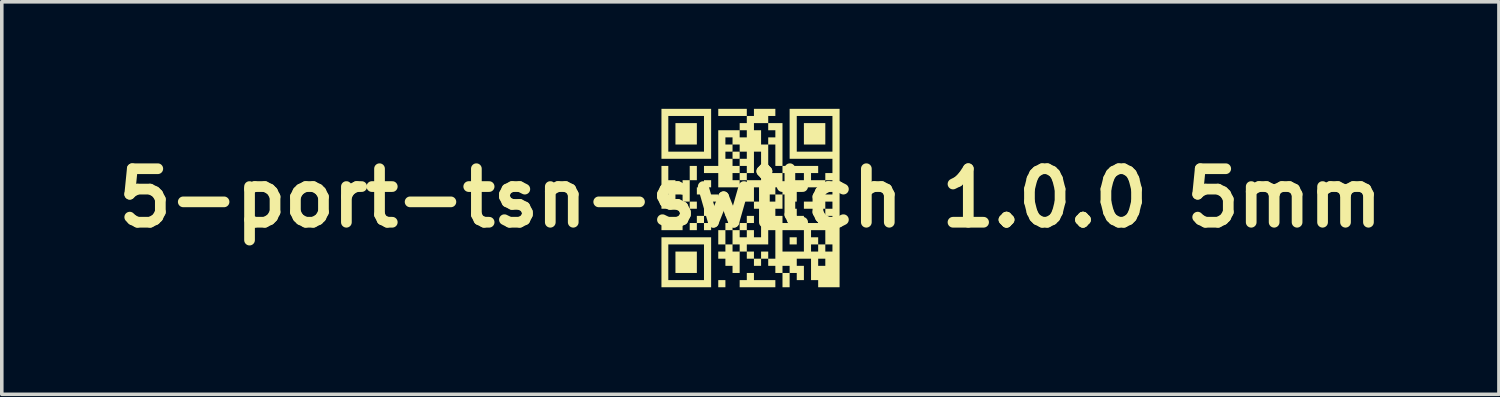
<source format=kicad_pcb>
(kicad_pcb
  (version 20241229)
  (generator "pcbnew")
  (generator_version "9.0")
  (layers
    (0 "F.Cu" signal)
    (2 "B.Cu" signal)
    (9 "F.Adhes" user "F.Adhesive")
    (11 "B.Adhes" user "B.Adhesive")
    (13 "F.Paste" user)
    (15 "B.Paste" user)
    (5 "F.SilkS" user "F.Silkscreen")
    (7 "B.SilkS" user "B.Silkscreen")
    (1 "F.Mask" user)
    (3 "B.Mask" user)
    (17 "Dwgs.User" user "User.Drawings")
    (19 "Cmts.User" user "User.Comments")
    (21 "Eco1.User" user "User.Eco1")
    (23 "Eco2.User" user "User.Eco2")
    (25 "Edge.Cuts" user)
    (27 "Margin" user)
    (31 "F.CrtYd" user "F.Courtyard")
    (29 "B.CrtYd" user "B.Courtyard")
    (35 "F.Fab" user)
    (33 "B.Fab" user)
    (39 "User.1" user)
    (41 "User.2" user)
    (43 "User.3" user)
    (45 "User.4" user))
  (footprint "5-port-tsn-switch 1.0.0 5mm"
    (layer "F.Cu")
    (at 17.979 2.5)
    (property "Reference" "5-port-tsn-switch 1.0.0 5mm" (at 0 0 0) (layer "F.SilkS") (effects (font (size 1.5 1.5) (thickness 0.3))))
    (attr board_only exclude_from_pos_files exclude_from_bom)
    (fp_poly (pts (xy -1.9 0.8) (xy -1.9 0.9) (xy -2.196 0.9) (xy -2.492 0.9) (xy -2.492 0.8) (xy -2.492 0.7) (xy -2.196 0.7) (xy -1.9 0.7)) (stroke (width 0) (type solid)) (fill yes) (layer "F.SilkS"))
    (fp_poly (pts (xy -1.5 -1.8) (xy -1.5 -1.5) (xy -1.8 -1.5) (xy -2.1 -1.5) (xy -2.1 -1.8) (xy -2.1 -2.1) (xy -1.8 -2.1) (xy -1.5 -2.1)) (stroke (width 0) (type solid)) (fill yes) (layer "F.SilkS"))
    (fp_poly (pts (xy -1.5 1.8) (xy -1.5 2.1) (xy -1.8 2.1) (xy -2.1 2.1) (xy -2.1 1.8) (xy -2.1 1.5) (xy -1.8 1.5) (xy -1.5 1.5)) (stroke (width 0) (type solid)) (fill yes) (layer "F.SilkS"))
    (fp_poly (pts (xy -0.9 0) (xy -0.9 0.1) (xy -1.1 0.1) (xy -1.3 0.1) (xy -1.3 0) (xy -1.3 -0.1) (xy -1.1 -0.1) (xy -0.9 -0.1)) (stroke (width 0) (type solid)) (fill yes) (layer "F.SilkS"))
    (fp_poly (pts (xy -0.7 2.4) (xy -0.7 2.5) (xy -0.8 2.5) (xy -0.9 2.5) (xy -0.9 2.4) (xy -0.9 2.3) (xy -0.8 2.3) (xy -0.7 2.3)) (stroke (width 0) (type solid)) (fill yes) (layer "F.SilkS"))
    (fp_poly (pts (xy -0.5 0.4) (xy -0.5 0.5) (xy -0.6 0.5) (xy -0.7 0.5) (xy -0.7 0.4) (xy -0.7 0.3) (xy -0.6 0.3) (xy -0.5 0.3)) (stroke (width 0) (type solid)) (fill yes) (layer "F.SilkS"))
    (fp_poly (pts (xy -0.3 -1.2) (xy -0.3 -1.1) (xy -0.4 -1.1) (xy -0.5 -1.1) (xy -0.5 -1.2) (xy -0.5 -1.3) (xy -0.4 -1.3) (xy -0.3 -1.3)) (stroke (width 0) (type solid)) (fill yes) (layer "F.SilkS"))
    (fp_poly (pts (xy -0.1 -0.6) (xy -0.1 -0.5) (xy -0.2 -0.5) (xy -0.3 -0.5) (xy -0.3 -0.6) (xy -0.3 -0.7) (xy -0.2 -0.7) (xy -0.1 -0.7)) (stroke (width 0) (type solid)) (fill yes) (layer "F.SilkS"))
    (fp_poly (pts (xy 1.3 0.4) (xy 1.3 0.5) (xy 1.2 0.5) (xy 1.1 0.5) (xy 1.1 0.4) (xy 1.1 0.3) (xy 1.2 0.3) (xy 1.3 0.3)) (stroke (width 0) (type solid)) (fill yes) (layer "F.SilkS"))
    (fp_poly (pts (xy 1.3 1.2) (xy 1.3 1.3) (xy 1.2 1.3) (xy 1.1 1.3) (xy 1.1 1.2) (xy 1.1 1.1) (xy 1.2 1.1) (xy 1.3 1.1)) (stroke (width 0) (type solid)) (fill yes) (layer "F.SilkS"))
    (fp_poly (pts (xy 2.1 -1.8) (xy 2.1 -1.5) (xy 1.8 -1.5) (xy 1.5 -1.5) (xy 1.5 -1.8) (xy 1.5 -2.1) (xy 1.8 -2.1) (xy 2.1 -2.1)) (stroke (width 0) (type solid)) (fill yes) (layer "F.SilkS"))
    (fp_poly (pts (xy -1.5 0.2) (xy -1.5 0.3) (xy -1.6 0.3) (xy -1.7 0.3) (xy -1.7 0.4) (xy -1.7 0.5) (xy -1.8 0.5) (xy -1.9 0.5) (xy -1.9 0.4) (xy -1.9 0.3) (xy -1.8 0.3) (xy -1.7 0.3) (xy -1.7 0.2) (xy -1.7 0.1) (xy -1.6 0.1) (xy -1.5 0.1)) (stroke (width 0) (type solid)) (fill yes) (layer "F.SilkS"))
    (fp_poly (pts (xy -1.1 -0.4) (xy -1.1 -0.3) (xy -1.2 -0.3) (xy -1.3 -0.3) (xy -1.3 -0.2) (xy -1.3 -0.1) (xy -1.4 -0.1) (xy -1.5 -0.1) (xy -1.5 -0.2) (xy -1.5 -0.3) (xy -1.4 -0.3) (xy -1.3 -0.3) (xy -1.3 -0.4) (xy -1.3 -0.5) (xy -1.2 -0.5) (xy -1.1 -0.5)) (stroke (width 0) (type solid)) (fill yes) (layer "F.SilkS"))
    (fp_poly (pts (xy 0.1 2.2) (xy 0.1 2.3) (xy 0.4 2.3) (xy 0.7 2.3) (xy 0.7 2.4) (xy 0.7 2.5) (xy 0.2 2.5) (xy -0.3 2.5) (xy -0.3 2.4) (xy -0.3 2.3) (xy -0.2 2.3) (xy -0.1 2.3) (xy -0.1 2.2) (xy -0.1 2.1) (xy 0 2.1) (xy 0.1 2.1)) (stroke (width 0) (type solid)) (fill yes) (layer "F.SilkS"))
    (fp_poly (pts (xy -1.1 -1.8) (xy -1.1 -1.1) (xy -1.796 -1.1) (xy -2.492 -1.1) (xy -2.492 -1.8) (xy -2.3 -1.8) (xy -2.3 -1.3) (xy -1.8 -1.3) (xy -1.3 -1.3) (xy -1.3 -1.8) (xy -1.3 -2.3) (xy -1.8 -2.3) (xy -2.3 -2.3) (xy -2.3 -1.8) (xy -2.492 -1.8) (xy -2.492 -2.5) (xy -1.796 -2.5) (xy -1.1 -2.5)) (stroke (width 0) (type solid)) (fill yes) (layer "F.SilkS"))
    (fp_poly (pts (xy -1.1 1.8) (xy -1.1 2.5) (xy -1.796 2.5) (xy -2.492 2.5) (xy -2.492 1.8) (xy -2.3 1.8) (xy -2.3 2.3) (xy -1.8 2.3) (xy -1.3 2.3) (xy -1.3 1.8) (xy -1.3 1.3) (xy -1.8 1.3) (xy -2.3 1.3) (xy -2.3 1.8) (xy -2.492 1.8) (xy -2.492 1.1) (xy -1.796 1.1) (xy -1.1 1.1)) (stroke (width 0) (type solid)) (fill yes) (layer "F.SilkS"))
    (fp_poly (pts (xy -1.1 0.4) (xy -1.1 0.5) (xy -1.2 0.5) (xy -1.3 0.5) (xy -1.3 0.6) (xy -1.3 0.7) (xy -1.2 0.7) (xy -1.1 0.7) (xy -1.1 0.6) (xy -1.1 0.5) (xy -1 0.5) (xy -0.9 0.5) (xy -0.9 0.6) (xy -0.9 0.7) (xy -1 0.7) (xy -1.1 0.7) (xy -1.1 0.8) (xy -1.1 0.9) (xy -1.2 0.9) (xy -1.3 0.9) (xy -1.3 0.8) (xy -1.3 0.7) (xy -1.4 0.7) (xy -1.5 0.7) (xy -1.5 0.8) (xy -1.5 0.9) (xy -1.6 0.9) (xy -1.7 0.9) (xy -1.7 0.8) (xy -1.7 0.7) (xy -1.6 0.7) (xy -1.5 0.7) (xy -1.5 0.6) (xy -1.5 0.5) (xy -1.4 0.5) (xy -1.3 0.5) (xy -1.3 0.4) (xy -1.3 0.3) (xy -1.2 0.3) (xy -1.1 0.3)) (stroke (width 0) (type solid)) (fill yes) (layer "F.SilkS"))
    (fp_poly (pts (xy -2.3 -0.7) (xy -2.3 -0.5) (xy -2.2 -0.5) (xy -2.1 -0.5) (xy -2.1 -0.4) (xy -2.1 -0.3) (xy -2 -0.3) (xy -1.9 -0.3) (xy -1.9 -0.4) (xy -1.9 -0.5) (xy -1.8 -0.5) (xy -1.7 -0.5) (xy -1.7 -0.7) (xy -1.7 -0.9) (xy -1.6 -0.9) (xy -1.5 -0.9) (xy -1.5 -0.7) (xy -1.5 -0.5) (xy -1.6 -0.5) (xy -1.7 -0.5) (xy -1.7 -0.2) (xy -1.7 0.1) (xy -1.8 0.1) (xy -1.9 0.1) (xy -1.9 0) (xy -1.9 -0.1) (xy -2 -0.1) (xy -2.1 -0.1) (xy -2.1 0) (xy -2.1 0.1) (xy -2.2 0.1) (xy -2.3 0.1) (xy -2.3 0.2) (xy -2.3 0.3) (xy -2.396 0.3) (xy -2.492 0.3) (xy -2.492 0.1) (xy -2.492 -0.1) (xy -2.396 -0.1) (xy -2.3 -0.1) (xy -2.3 -0.2) (xy -2.3 -0.3) (xy -2.396 -0.3) (xy -2.492 -0.3) (xy -2.492 -0.6) (xy -2.492 -0.9) (xy -2.396 -0.9) (xy -2.3 -0.9)) (stroke (width 0) (type solid)) (fill yes) (layer "F.SilkS"))
    (fp_poly (pts (xy -0.1 -2.4) (xy -0.1 -2.3) (xy 0 -2.3) (xy 0.1 -2.3) (xy 0.1 -2.4) (xy 0.1 -2.5) (xy 0.4 -2.5) (xy 0.7 -2.5) (xy 0.7 -2.4) (xy 0.7 -2.3) (xy 0.6 -2.3) (xy 0.5 -2.3) (xy 0.5 -2.2) (xy 0.5 -2.1) (xy 0.3 -2.1) (xy 0.1 -2.1) (xy 0.1 -2) (xy 0.1 -1.9) (xy 0.2 -1.9) (xy 0.3 -1.9) (xy 0.3 -1.7) (xy 0.3 -1.5) (xy 0.4 -1.5) (xy 0.5 -1.5) (xy 0.5 -1.6) (xy 0.5 -1.7) (xy 0.6 -1.7) (xy 0.7 -1.7) (xy 0.7 -1.8) (xy 0.7 -1.9) (xy 0.6 -1.9) (xy 0.5 -1.9) (xy 0.5 -2) (xy 0.5 -2.1) (xy 0.7 -2.1) (xy 0.9 -2.1) (xy 0.9 -1.5) (xy 0.9 -0.9) (xy 0.8 -0.9) (xy 0.7 -0.9) (xy 0.7 -1.2) (xy 0.7 -1.5) (xy 0.6 -1.5) (xy 0.5 -1.5) (xy 0.5 -1.1) (xy 0.5 -0.7) (xy 0.7 -0.7) (xy 0.9 -0.7) (xy 0.9 -0.8) (xy 0.9 -0.9) (xy 1.4 -0.9) (xy 1.9 -0.9) (xy 1.9 -0.8) (xy 1.9 -0.7) (xy 1.8 -0.7) (xy 1.7 -0.7) (xy 1.7 -0.6) (xy 1.7 -0.5) (xy 1.9 -0.5) (xy 2.1 -0.5) (xy 2.1 -0.6) (xy 2.1 -0.7) (xy 2.2 -0.7) (xy 2.3 -0.7) (xy 2.3 -0.9) (xy 2.3 -1.1) (xy 1.7 -1.1) (xy 1.1 -1.1) (xy 1.1 -1.8) (xy 1.3 -1.8) (xy 1.3 -1.3) (xy 1.8 -1.3) (xy 2.3 -1.3) (xy 2.3 -1.8) (xy 2.3 -2.3) (xy 1.8 -2.3) (xy 1.3 -2.3) (xy 1.3 -1.8) (xy 1.1 -1.8) (xy 1.1 -2.5) (xy 1.8 -2.5) (xy 2.5 -2.5) (xy 2.5 0) (xy 2.5 2.5) (xy 2.2 2.5) (xy 1.9 2.5) (xy 1.9 2.4) (xy 1.9 2.3) (xy 1.8 2.3) (xy 1.7 2.3) (xy 1.7 2) (xy 1.7 1.8) (xy 1.9 1.8) (xy 1.9 1.9) (xy 2 1.9) (xy 2.1 1.9) (xy 2.1 1.8) (xy 2.1 1.7) (xy 2 1.7) (xy 1.9 1.7) (xy 1.9 1.8) (xy 1.7 1.8) (xy 1.7 1.7) (xy 1.5 1.7) (xy 1.3 1.7) (xy 1.3 1.8) (xy 1.3 1.9) (xy 1.4 1.9) (xy 1.5 1.9) (xy 1.5 2.1) (xy 1.5 2.3) (xy 1.4 2.3) (xy 1.3 2.3) (xy 1.3 2.2) (xy 1.3 2.1) (xy 1.2 2.1) (xy 1.1 2.1) (xy 1.1 2.3) (xy 1.1 2.5) (xy 1 2.5) (xy 0.9 2.5) (xy 0.9 2.3) (xy 0.9 2.1) (xy 0.8 2.1) (xy 0.7 2.1) (xy 0.7 2) (xy 0.9 2) (xy 0.9 2.1) (xy 1 2.1) (xy 1.1 2.1) (xy 1.1 2) (xy 1.1 1.9) (xy 1 1.9) (xy 0.9 1.9) (xy 0.9 2) (xy 0.7 2) (xy 0.7 1.9) (xy 0.6 1.9) (xy 0.5 1.9) (xy 0.5 1.8) (xy 0.5 1.7) (xy 0.4 1.7) (xy 0.3 1.7) (xy 0.3 1.8) (xy 0.3 1.9) (xy 0.2 1.9) (xy 0.1 1.9) (xy 0.1 1.8) (xy 0.1 1.7) (xy 0 1.7) (xy -0.1 1.7) (xy -0.1 1.6) (xy -0.1 1.5) (xy 0 1.5) (xy 0.1 1.5) (xy 0.1 1.6) (xy 0.1 1.7) (xy 0.2 1.7) (xy 0.3 1.7) (xy 0.3 1.6) (xy 0.3 1.5) (xy 0.4 1.5) (xy 0.5 1.5) (xy 0.5 1.6) (xy 0.5 1.7) (xy 0.6 1.7) (xy 0.7 1.7) (xy 0.7 1.3) (xy 0.7 1.2) (xy 0.9 1.2) (xy 0.9 1.5) (xy 1.2 1.5) (xy 1.5 1.5) (xy 1.5 1.2) (xy 1.5 1) (xy 1.7 1) (xy 1.7 1.1) (xy 1.8 1.1) (xy 1.9 1.1) (xy 1.9 1.2) (xy 1.9 1.3) (xy 1.8 1.3) (xy 1.7 1.3) (xy 1.7 1.4) (xy 1.7 1.5) (xy 1.8 1.5) (xy 1.9 1.5) (xy 1.9 1.4) (xy 2.1 1.4) (xy 2.1 1.5) (xy 2.2 1.5) (xy 2.3 1.5) (xy 2.3 1.4) (xy 2.3 1.3) (xy 2.2 1.3) (xy 2.1 1.3) (xy 2.1 1.4) (xy 1.9 1.4) (xy 1.9 1.3) (xy 2 1.3) (xy 2.1 1.3) (xy 2.1 1.1) (xy 2.1 0.9) (xy 1.9 0.9) (xy 1.7 0.9) (xy 1.7 1) (xy 1.5 1) (xy 1.5 0.9) (xy 1.2 0.9) (xy 0.9 0.9) (xy 0.9 1.2) (xy 0.7 1.2) (xy 0.7 0.9) (xy 0.6 0.9) (xy 0.5 0.9) (xy 0.5 1.1) (xy 0.5 1.3) (xy 0.2 1.3) (xy -0.1 1.3) (xy -0.1 1.4) (xy -0.1 1.5) (xy -0.2 1.5) (xy -0.3 1.5) (xy -0.3 1.8) (xy -0.3 2.1) (xy -0.4 2.1) (xy -0.5 2.1) (xy -0.5 2) (xy -0.5 1.9) (xy -0.6 1.9) (xy -0.7 1.9) (xy -0.7 1.8) (xy -0.7 1.7) (xy -0.8 1.7) (xy -0.9 1.7) (xy -0.9 1.6) (xy -0.9 1.5) (xy -0.8 1.5) (xy -0.7 1.5) (xy -0.7 1.4) (xy -0.5 1.4) (xy -0.5 1.5) (xy -0.4 1.5) (xy -0.3 1.5) (xy -0.3 1.4) (xy -0.3 1.3) (xy -0.4 1.3) (xy -0.5 1.3) (xy -0.5 1.4) (xy -0.7 1.4) (xy -0.7 1.3) (xy -0.8 1.3) (xy -0.9 1.3) (xy -0.9 1.1) (xy -0.7 1.1) (xy -0.7 1.3) (xy -0.6 1.3) (xy -0.5 1.3) (xy -0.5 1.1) (xy -0.5 0.9) (xy -0.6 0.9) (xy -0.7 0.9) (xy -0.7 1.1) (xy -0.9 1.1) (xy -0.9 0.9) (xy -0.8 0.9) (xy -0.7 0.9) (xy -0.7 0.8) (xy -0.7 0.7) (xy -0.6 0.7) (xy -0.5 0.7) (xy -0.5 0.8) (xy -0.5 0.9) (xy -0.4 0.9) (xy -0.3 0.9) (xy -0.3 0.8) (xy -0.3 0.7) (xy -0.2 0.7) (xy -0.1 0.7) (xy -0.1 0.6) (xy -0.1 0.5) (xy 0 0.5) (xy 0.1 0.5) (xy 0.1 0.6) (xy 0.1 0.7) (xy 0 0.7) (xy -0.1 0.7) (xy -0.1 0.8) (xy -0.1 0.9) (xy -0.2 0.9) (xy -0.3 0.9) (xy -0.3 1) (xy -0.3 1.1) (xy -0.2 1.1) (xy -0.1 1.1) (xy -0.1 1) (xy -0.1 0.9) (xy 0 0.9) (xy 0.1 0.9) (xy 0.1 1) (xy 0.1 1.1) (xy 0.2 1.1) (xy 0.3 1.1) (xy 0.3 0.9) (xy 0.3 0.7) (xy 0.4 0.7) (xy 0.5 0.7) (xy 0.5 0.4) (xy 0.5 0.3) (xy 0.7 0.3) (xy 0.7 0.4) (xy 0.7 0.5) (xy 0.8 0.5) (xy 0.9 0.5) (xy 0.9 0.6) (xy 0.9 0.7) (xy 1.1 0.7) (xy 1.3 0.7) (xy 1.3 0.6) (xy 1.3 0.5) (xy 1.4 0.5) (xy 1.5 0.5) (xy 1.5 0.6) (xy 1.5 0.7) (xy 1.7 0.7) (xy 1.9 0.7) (xy 1.9 0.6) (xy 2.1 0.6) (xy 2.1 0.7) (xy 2.2 0.7) (xy 2.3 0.7) (xy 2.3 0.6) (xy 2.3 0.5) (xy 2.2 0.5) (xy 2.1 0.5) (xy 2.1 0.6) (xy 1.9 0.6) (xy 1.9 0.5) (xy 2 0.5) (xy 2.1 0.5) (xy 2.1 0.4) (xy 2.1 0.3) (xy 2.2 0.3) (xy 2.3 0.3) (xy 2.3 0.2) (xy 2.3 0.1) (xy 2.2 0.1) (xy 2.1 0.1) (xy 2.1 0.2) (xy 2.1 0.3) (xy 1.8 0.3) (xy 1.5 0.3) (xy 1.5 0.2) (xy 1.5 0.1) (xy 1.7 0.1) (xy 1.9 0.1) (xy 1.9 -0.1) (xy 1.9 -0.3) (xy 2.1 -0.3) (xy 2.1 -0.1) (xy 2.2 -0.1) (xy 2.3 -0.1) (xy 2.3 -0.3) (xy 2.3 -0.5) (xy 2.2 -0.5) (xy 2.1 -0.5) (xy 2.1 -0.3) (xy 1.9 -0.3) (xy 1.6 -0.3) (xy 1.3 -0.3) (xy 1.3 -0.1) (xy 1.3 0.1) (xy 1.2 0.1) (xy 1.1 0.1) (xy 1.1 0) (xy 1.1 -0.1) (xy 1 -0.1) (xy 0.9 -0.1) (xy 0.9 0.1) (xy 0.9 0.3) (xy 0.8 0.3) (xy 0.7 0.3) (xy 0.5 0.3) (xy 0.5 0.1) (xy 0.4 0.1) (xy 0.3 0.1) (xy 0.3 0.2) (xy 0.3 0.3) (xy 0.2 0.3) (xy 0.1 0.3) (xy 0.1 0.2) (xy 0.1 0.1) (xy -0.1 0.1) (xy -0.3 0.1) (xy -0.3 -0.1) (xy -0.3 -0.3) (xy -0.6 -0.3) (xy -0.9 -0.3) (xy -0.9 -0.5) (xy -0.9 -0.7) (xy -0.5 -0.7) (xy -0.5 -0.6) (xy -0.5 -0.5) (xy -0.4 -0.5) (xy -0.3 -0.5) (xy -0.3 -0.4) (xy -0.3 -0.3) (xy -0.2 -0.3) (xy -0.1 -0.3) (xy 0.1 -0.3) (xy 0.1 -0.1) (xy 0.1 0.1) (xy 0.2 0.1) (xy 0.3 0.1) (xy 0.3 0) (xy 0.3 -0.1) (xy 0.4 -0.1) (xy 0.5 -0.1) (xy 0.5 0) (xy 0.5 0.1) (xy 0.6 0.1) (xy 0.7 0.1) (xy 0.7 0) (xy 0.7 -0.1) (xy 0.8 -0.1) (xy 0.9 -0.1) (xy 0.9 -0.2) (xy 0.9 -0.3) (xy 1 -0.3) (xy 1.1 -0.3) (xy 1.1 -0.4) (xy 1.1 -0.5) (xy 1.3 -0.5) (xy 1.5 -0.5) (xy 1.5 -0.6) (xy 1.5 -0.7) (xy 1.2 -0.7) (xy 0.9 -0.7) (xy 0.9 -0.5) (xy 0.9 -0.3) (xy 0.8 -0.3) (xy 0.7 -0.3) (xy 0.7 -0.2) (xy 0.7 -0.1) (xy 0.6 -0.1) (xy 0.5 -0.1) (xy 0.5 -0.2) (xy 0.5 -0.3) (xy 0.3 -0.3) (xy 0.1 -0.3) (xy -0.1 -0.3) (xy -0.1 -0.4) (xy -0.1 -0.5) (xy 0.1 -0.5) (xy 0.3 -0.5) (xy 0.3 -0.9) (xy 0.3 -1.3) (xy 0.2 -1.3) (xy 0.1 -1.3) (xy 0.1 -1) (xy 0.1 -0.7) (xy 0 -0.7) (xy -0.1 -0.7) (xy -0.1 -0.8) (xy -0.1 -0.9) (xy -0.2 -0.9) (xy -0.3 -0.9) (xy -0.3 -0.8) (xy -0.3 -0.7) (xy -0.4 -0.7) (xy -0.5 -0.7) (xy -0.9 -0.7) (xy -1.1 -0.7) (xy -1.3 -0.7) (xy -1.3 -0.8) (xy -1.3 -0.9) (xy -1.1 -0.9) (xy -0.9 -0.9) (xy -0.9 -1.3) (xy -0.7 -1.3) (xy -0.7 -1.2) (xy -0.7 -1.1) (xy -0.6 -1.1) (xy -0.5 -1.1) (xy -0.5 -1) (xy -0.5 -0.9) (xy -0.4 -0.9) (xy -0.3 -0.9) (xy -0.3 -1) (xy -0.3 -1.1) (xy -0.2 -1.1) (xy -0.1 -1.1) (xy -0.1 -1.2) (xy -0.1 -1.3) (xy -0.2 -1.3) (xy -0.3 -1.3) (xy -0.3 -1.4) (xy -0.3 -1.5) (xy -0.4 -1.5) (xy -0.5 -1.5) (xy -0.5 -1.4) (xy -0.5 -1.3) (xy -0.6 -1.3) (xy -0.7 -1.3) (xy -0.9 -1.3) (xy -0.9 -1.4) (xy -0.9 -1.6) (xy -0.7 -1.6) (xy -0.7 -1.5) (xy -0.6 -1.5) (xy -0.5 -1.5) (xy -0.5 -1.6) (xy -0.5 -1.7) (xy -0.6 -1.7) (xy -0.7 -1.7) (xy -0.7 -1.6) (xy -0.9 -1.6) (xy -0.9 -1.8) (xy -0.3 -1.8) (xy -0.3 -1.7) (xy -0.2 -1.7) (xy -0.1 -1.7) (xy -0.1 -1.8) (xy -0.1 -1.9) (xy -0.2 -1.9) (xy -0.3 -1.9) (xy -0.3 -1.8) (xy -0.9 -1.8) (xy -0.9 -1.9) (xy -0.6 -1.9) (xy -0.3 -1.9) (xy -0.3 -2) (xy -0.3 -2.1) (xy -0.2 -2.1) (xy -0.1 -2.1) (xy -0.1 -2.2) (xy -0.1 -2.3) (xy -0.5 -2.3) (xy -0.9 -2.3) (xy -0.9 -2.4) (xy -0.9 -2.5) (xy -0.5 -2.5) (xy -0.1 -2.5)) (stroke (width 0) (type solid)) (fill yes) (layer "F.SilkS")))
  (gr_rect
    (start -3 -3)
    (end 38.957 8)
    (stroke (width 0.1) (type default))
    (fill no)
    (layer "Edge.Cuts")))
</source>
